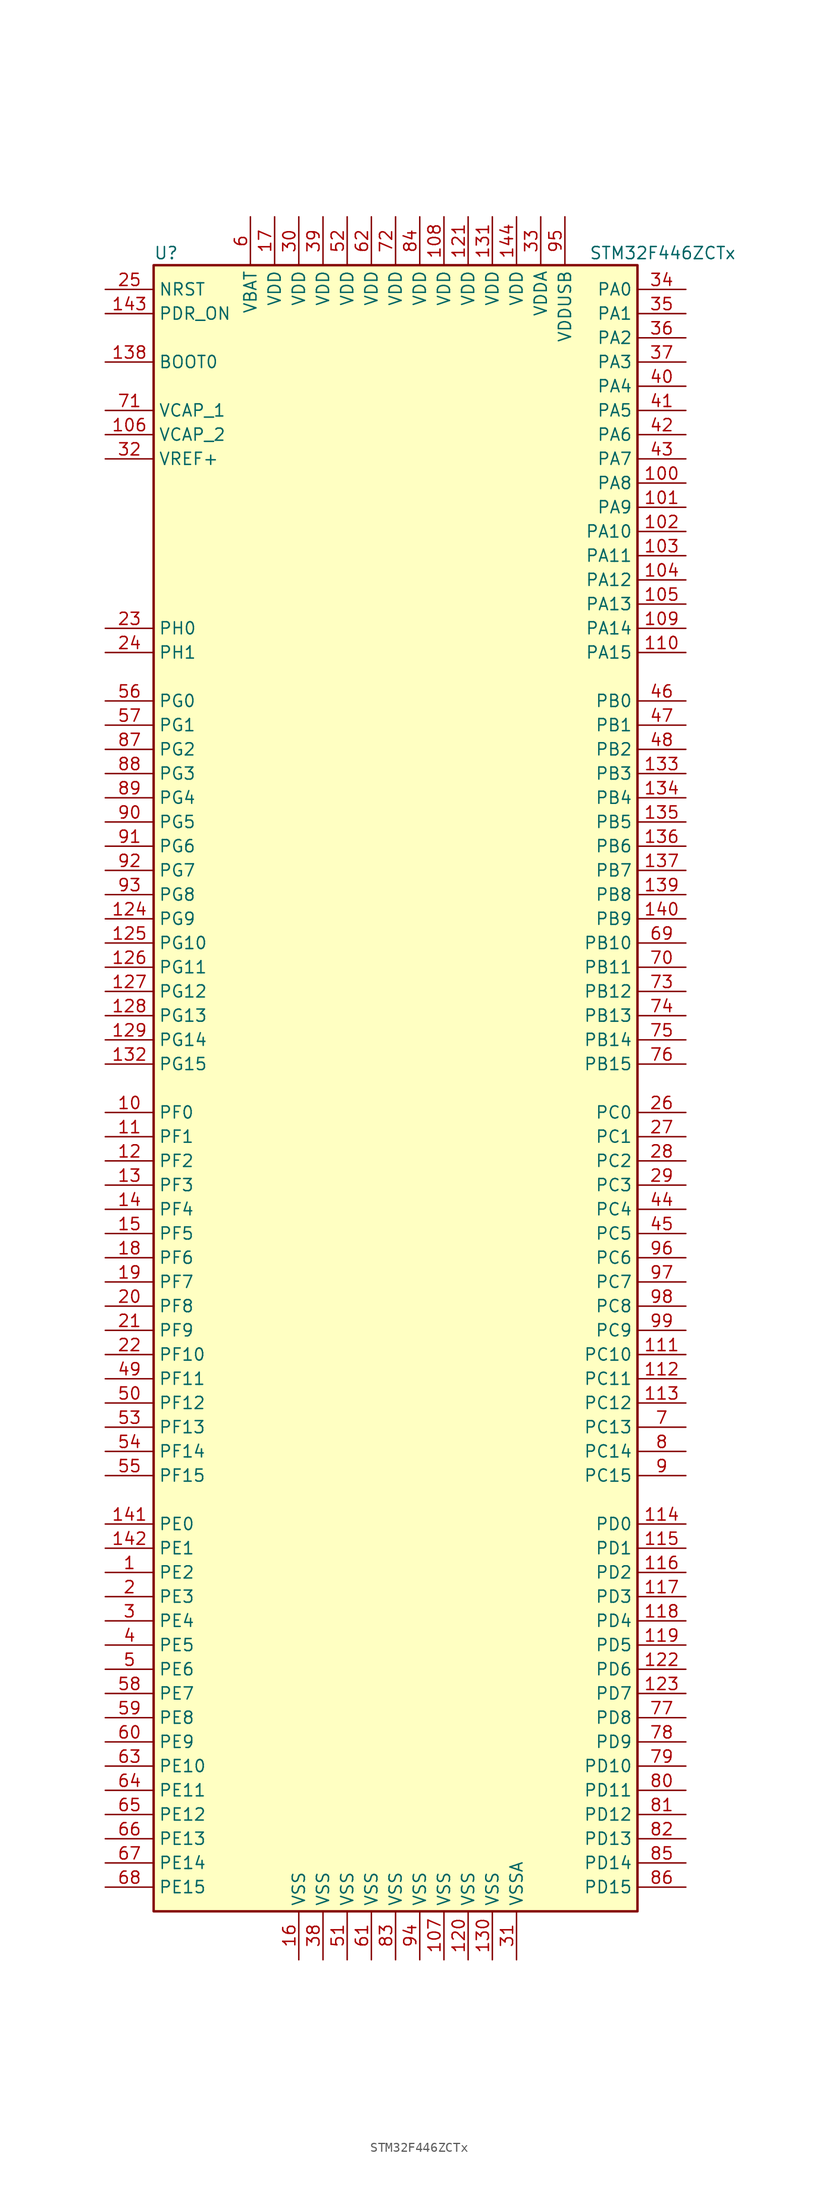
<source format=kicad_sym>
(kicad_symbol_lib
  (version 20220914)
  (generator kicad_symbol_editor)
  (symbol "STM32F446ZCTx"
    (property "Reference" "U"
      (at -25.4 87.63 0)
      (effects (font (size 1.27 1.27)) (justify left)))
    (property "Value" "STM32F446ZCTx"
      (at 20.32 87.63 0)
      (effects (font (size 1.27 1.27)) (justify left)))
    (symbol "STM32F446ZCTx_0_1"
      (rectangle (start -25.4 -86.36) (end 25.4 86.36) (stroke (width 0.254) (type default)) (fill (type background))))
    (symbol "STM32F446ZCTx_1_1"
      (pin bidirectional line (at -30.48 -50.8 0) (length 5.08) (name "PE2" (effects (font (size 1.27 1.27)))) (number "1" (effects (font (size 1.27 1.27)))))
      (pin bidirectional line (at -30.48 -2.54 0) (length 5.08) (name "PF0" (effects (font (size 1.27 1.27)))) (number "10" (effects (font (size 1.27 1.27)))))
      (pin bidirectional line (at 30.48 63.5 180) (length 5.08) (name "PA8" (effects (font (size 1.27 1.27)))) (number "100" (effects (font (size 1.27 1.27)))))
      (pin bidirectional line (at 30.48 60.96 180) (length 5.08) (name "PA9" (effects (font (size 1.27 1.27)))) (number "101" (effects (font (size 1.27 1.27)))))
      (pin bidirectional line (at 30.48 58.42 180) (length 5.08) (name "PA10" (effects (font (size 1.27 1.27)))) (number "102" (effects (font (size 1.27 1.27)))))
      (pin bidirectional line (at 30.48 55.88 180) (length 5.08) (name "PA11" (effects (font (size 1.27 1.27)))) (number "103" (effects (font (size 1.27 1.27)))))
      (pin bidirectional line (at 30.48 53.34 180) (length 5.08) (name "PA12" (effects (font (size 1.27 1.27)))) (number "104" (effects (font (size 1.27 1.27)))))
      (pin bidirectional line (at 30.48 50.8 180) (length 5.08) (name "PA13" (effects (font (size 1.27 1.27)))) (number "105" (effects (font (size 1.27 1.27)))))
      (pin power_in line (at -30.48 68.58 0) (length 5.08) (name "VCAP_2" (effects (font (size 1.27 1.27)))) (number "106" (effects (font (size 1.27 1.27)))))
      (pin power_in line (at 5.08 -91.44 90) (length 5.08) (name "VSS" (effects (font (size 1.27 1.27)))) (number "107" (effects (font (size 1.27 1.27)))))
      (pin power_in line (at 5.08 91.44 270) (length 5.08) (name "VDD" (effects (font (size 1.27 1.27)))) (number "108" (effects (font (size 1.27 1.27)))))
      (pin bidirectional line (at 30.48 48.26 180) (length 5.08) (name "PA14" (effects (font (size 1.27 1.27)))) (number "109" (effects (font (size 1.27 1.27)))))
      (pin bidirectional line (at -30.48 -5.08 0) (length 5.08) (name "PF1" (effects (font (size 1.27 1.27)))) (number "11" (effects (font (size 1.27 1.27)))))
      (pin bidirectional line (at 30.48 45.72 180) (length 5.08) (name "PA15" (effects (font (size 1.27 1.27)))) (number "110" (effects (font (size 1.27 1.27)))))
      (pin bidirectional line (at 30.48 -27.94 180) (length 5.08) (name "PC10" (effects (font (size 1.27 1.27)))) (number "111" (effects (font (size 1.27 1.27)))))
      (pin bidirectional line (at 30.48 -30.48 180) (length 5.08) (name "PC11" (effects (font (size 1.27 1.27)))) (number "112" (effects (font (size 1.27 1.27)))))
      (pin bidirectional line (at 30.48 -33.02 180) (length 5.08) (name "PC12" (effects (font (size 1.27 1.27)))) (number "113" (effects (font (size 1.27 1.27)))))
      (pin bidirectional line (at 30.48 -45.72 180) (length 5.08) (name "PD0" (effects (font (size 1.27 1.27)))) (number "114" (effects (font (size 1.27 1.27)))))
      (pin bidirectional line (at 30.48 -48.26 180) (length 5.08) (name "PD1" (effects (font (size 1.27 1.27)))) (number "115" (effects (font (size 1.27 1.27)))))
      (pin bidirectional line (at 30.48 -50.8 180) (length 5.08) (name "PD2" (effects (font (size 1.27 1.27)))) (number "116" (effects (font (size 1.27 1.27)))))
      (pin bidirectional line (at 30.48 -53.34 180) (length 5.08) (name "PD3" (effects (font (size 1.27 1.27)))) (number "117" (effects (font (size 1.27 1.27)))))
      (pin bidirectional line (at 30.48 -55.88 180) (length 5.08) (name "PD4" (effects (font (size 1.27 1.27)))) (number "118" (effects (font (size 1.27 1.27)))))
      (pin bidirectional line (at 30.48 -58.42 180) (length 5.08) (name "PD5" (effects (font (size 1.27 1.27)))) (number "119" (effects (font (size 1.27 1.27)))))
      (pin bidirectional line (at -30.48 -7.62 0) (length 5.08) (name "PF2" (effects (font (size 1.27 1.27)))) (number "12" (effects (font (size 1.27 1.27)))))
      (pin power_in line (at 7.62 -91.44 90) (length 5.08) (name "VSS" (effects (font (size 1.27 1.27)))) (number "120" (effects (font (size 1.27 1.27)))))
      (pin power_in line (at 7.62 91.44 270) (length 5.08) (name "VDD" (effects (font (size 1.27 1.27)))) (number "121" (effects (font (size 1.27 1.27)))))
      (pin bidirectional line (at 30.48 -60.96 180) (length 5.08) (name "PD6" (effects (font (size 1.27 1.27)))) (number "122" (effects (font (size 1.27 1.27)))))
      (pin bidirectional line (at 30.48 -63.5 180) (length 5.08) (name "PD7" (effects (font (size 1.27 1.27)))) (number "123" (effects (font (size 1.27 1.27)))))
      (pin bidirectional line (at -30.48 17.78 0) (length 5.08) (name "PG9" (effects (font (size 1.27 1.27)))) (number "124" (effects (font (size 1.27 1.27)))))
      (pin bidirectional line (at -30.48 15.24 0) (length 5.08) (name "PG10" (effects (font (size 1.27 1.27)))) (number "125" (effects (font (size 1.27 1.27)))))
      (pin bidirectional line (at -30.48 12.7 0) (length 5.08) (name "PG11" (effects (font (size 1.27 1.27)))) (number "126" (effects (font (size 1.27 1.27)))))
      (pin bidirectional line (at -30.48 10.16 0) (length 5.08) (name "PG12" (effects (font (size 1.27 1.27)))) (number "127" (effects (font (size 1.27 1.27)))))
      (pin bidirectional line (at -30.48 7.62 0) (length 5.08) (name "PG13" (effects (font (size 1.27 1.27)))) (number "128" (effects (font (size 1.27 1.27)))))
      (pin bidirectional line (at -30.48 5.08 0) (length 5.08) (name "PG14" (effects (font (size 1.27 1.27)))) (number "129" (effects (font (size 1.27 1.27)))))
      (pin bidirectional line (at -30.48 -10.16 0) (length 5.08) (name "PF3" (effects (font (size 1.27 1.27)))) (number "13" (effects (font (size 1.27 1.27)))))
      (pin power_in line (at 10.16 -91.44 90) (length 5.08) (name "VSS" (effects (font (size 1.27 1.27)))) (number "130" (effects (font (size 1.27 1.27)))))
      (pin power_in line (at 10.16 91.44 270) (length 5.08) (name "VDD" (effects (font (size 1.27 1.27)))) (number "131" (effects (font (size 1.27 1.27)))))
      (pin bidirectional line (at -30.48 2.54 0) (length 5.08) (name "PG15" (effects (font (size 1.27 1.27)))) (number "132" (effects (font (size 1.27 1.27)))))
      (pin bidirectional line (at 30.48 33.02 180) (length 5.08) (name "PB3" (effects (font (size 1.27 1.27)))) (number "133" (effects (font (size 1.27 1.27)))))
      (pin bidirectional line (at 30.48 30.48 180) (length 5.08) (name "PB4" (effects (font (size 1.27 1.27)))) (number "134" (effects (font (size 1.27 1.27)))))
      (pin bidirectional line (at 30.48 27.94 180) (length 5.08) (name "PB5" (effects (font (size 1.27 1.27)))) (number "135" (effects (font (size 1.27 1.27)))))
      (pin bidirectional line (at 30.48 25.4 180) (length 5.08) (name "PB6" (effects (font (size 1.27 1.27)))) (number "136" (effects (font (size 1.27 1.27)))))
      (pin bidirectional line (at 30.48 22.86 180) (length 5.08) (name "PB7" (effects (font (size 1.27 1.27)))) (number "137" (effects (font (size 1.27 1.27)))))
      (pin input line (at -30.48 76.2 0) (length 5.08) (name "BOOT0" (effects (font (size 1.27 1.27)))) (number "138" (effects (font (size 1.27 1.27)))))
      (pin bidirectional line (at 30.48 20.32 180) (length 5.08) (name "PB8" (effects (font (size 1.27 1.27)))) (number "139" (effects (font (size 1.27 1.27)))))
      (pin bidirectional line (at -30.48 -12.7 0) (length 5.08) (name "PF4" (effects (font (size 1.27 1.27)))) (number "14" (effects (font (size 1.27 1.27)))))
      (pin bidirectional line (at 30.48 17.78 180) (length 5.08) (name "PB9" (effects (font (size 1.27 1.27)))) (number "140" (effects (font (size 1.27 1.27)))))
      (pin bidirectional line (at -30.48 -45.72 0) (length 5.08) (name "PE0" (effects (font (size 1.27 1.27)))) (number "141" (effects (font (size 1.27 1.27)))))
      (pin bidirectional line (at -30.48 -48.26 0) (length 5.08) (name "PE1" (effects (font (size 1.27 1.27)))) (number "142" (effects (font (size 1.27 1.27)))))
      (pin input line (at -30.48 81.28 0) (length 5.08) (name "PDR_ON" (effects (font (size 1.27 1.27)))) (number "143" (effects (font (size 1.27 1.27)))))
      (pin power_in line (at 12.7 91.44 270) (length 5.08) (name "VDD" (effects (font (size 1.27 1.27)))) (number "144" (effects (font (size 1.27 1.27)))))
      (pin bidirectional line (at -30.48 -15.24 0) (length 5.08) (name "PF5" (effects (font (size 1.27 1.27)))) (number "15" (effects (font (size 1.27 1.27)))))
      (pin power_in line (at -10.16 -91.44 90) (length 5.08) (name "VSS" (effects (font (size 1.27 1.27)))) (number "16" (effects (font (size 1.27 1.27)))))
      (pin power_in line (at -12.7 91.44 270) (length 5.08) (name "VDD" (effects (font (size 1.27 1.27)))) (number "17" (effects (font (size 1.27 1.27)))))
      (pin bidirectional line (at -30.48 -17.78 0) (length 5.08) (name "PF6" (effects (font (size 1.27 1.27)))) (number "18" (effects (font (size 1.27 1.27)))))
      (pin bidirectional line (at -30.48 -20.32 0) (length 5.08) (name "PF7" (effects (font (size 1.27 1.27)))) (number "19" (effects (font (size 1.27 1.27)))))
      (pin bidirectional line (at -30.48 -53.34 0) (length 5.08) (name "PE3" (effects (font (size 1.27 1.27)))) (number "2" (effects (font (size 1.27 1.27)))))
      (pin bidirectional line (at -30.48 -22.86 0) (length 5.08) (name "PF8" (effects (font (size 1.27 1.27)))) (number "20" (effects (font (size 1.27 1.27)))))
      (pin bidirectional line (at -30.48 -25.4 0) (length 5.08) (name "PF9" (effects (font (size 1.27 1.27)))) (number "21" (effects (font (size 1.27 1.27)))))
      (pin bidirectional line (at -30.48 -27.94 0) (length 5.08) (name "PF10" (effects (font (size 1.27 1.27)))) (number "22" (effects (font (size 1.27 1.27)))))
      (pin input line (at -30.48 48.26 0) (length 5.08) (name "PH0" (effects (font (size 1.27 1.27)))) (number "23" (effects (font (size 1.27 1.27)))))
      (pin input line (at -30.48 45.72 0) (length 5.08) (name "PH1" (effects (font (size 1.27 1.27)))) (number "24" (effects (font (size 1.27 1.27)))))
      (pin input line (at -30.48 83.82 0) (length 5.08) (name "NRST" (effects (font (size 1.27 1.27)))) (number "25" (effects (font (size 1.27 1.27)))))
      (pin bidirectional line (at 30.48 -2.54 180) (length 5.08) (name "PC0" (effects (font (size 1.27 1.27)))) (number "26" (effects (font (size 1.27 1.27)))))
      (pin bidirectional line (at 30.48 -5.08 180) (length 5.08) (name "PC1" (effects (font (size 1.27 1.27)))) (number "27" (effects (font (size 1.27 1.27)))))
      (pin bidirectional line (at 30.48 -7.62 180) (length 5.08) (name "PC2" (effects (font (size 1.27 1.27)))) (number "28" (effects (font (size 1.27 1.27)))))
      (pin bidirectional line (at 30.48 -10.16 180) (length 5.08) (name "PC3" (effects (font (size 1.27 1.27)))) (number "29" (effects (font (size 1.27 1.27)))))
      (pin bidirectional line (at -30.48 -55.88 0) (length 5.08) (name "PE4" (effects (font (size 1.27 1.27)))) (number "3" (effects (font (size 1.27 1.27)))))
      (pin power_in line (at -10.16 91.44 270) (length 5.08) (name "VDD" (effects (font (size 1.27 1.27)))) (number "30" (effects (font (size 1.27 1.27)))))
      (pin power_in line (at 12.7 -91.44 90) (length 5.08) (name "VSSA" (effects (font (size 1.27 1.27)))) (number "31" (effects (font (size 1.27 1.27)))))
      (pin power_in line (at -30.48 66.04 0) (length 5.08) (name "VREF+" (effects (font (size 1.27 1.27)))) (number "32" (effects (font (size 1.27 1.27)))))
      (pin power_in line (at 15.24 91.44 270) (length 5.08) (name "VDDA" (effects (font (size 1.27 1.27)))) (number "33" (effects (font (size 1.27 1.27)))))
      (pin bidirectional line (at 30.48 83.82 180) (length 5.08) (name "PA0" (effects (font (size 1.27 1.27)))) (number "34" (effects (font (size 1.27 1.27)))))
      (pin bidirectional line (at 30.48 81.28 180) (length 5.08) (name "PA1" (effects (font (size 1.27 1.27)))) (number "35" (effects (font (size 1.27 1.27)))))
      (pin bidirectional line (at 30.48 78.74 180) (length 5.08) (name "PA2" (effects (font (size 1.27 1.27)))) (number "36" (effects (font (size 1.27 1.27)))))
      (pin bidirectional line (at 30.48 76.2 180) (length 5.08) (name "PA3" (effects (font (size 1.27 1.27)))) (number "37" (effects (font (size 1.27 1.27)))))
      (pin power_in line (at -7.62 -91.44 90) (length 5.08) (name "VSS" (effects (font (size 1.27 1.27)))) (number "38" (effects (font (size 1.27 1.27)))))
      (pin power_in line (at -7.62 91.44 270) (length 5.08) (name "VDD" (effects (font (size 1.27 1.27)))) (number "39" (effects (font (size 1.27 1.27)))))
      (pin bidirectional line (at -30.48 -58.42 0) (length 5.08) (name "PE5" (effects (font (size 1.27 1.27)))) (number "4" (effects (font (size 1.27 1.27)))))
      (pin bidirectional line (at 30.48 73.66 180) (length 5.08) (name "PA4" (effects (font (size 1.27 1.27)))) (number "40" (effects (font (size 1.27 1.27)))))
      (pin bidirectional line (at 30.48 71.12 180) (length 5.08) (name "PA5" (effects (font (size 1.27 1.27)))) (number "41" (effects (font (size 1.27 1.27)))))
      (pin bidirectional line (at 30.48 68.58 180) (length 5.08) (name "PA6" (effects (font (size 1.27 1.27)))) (number "42" (effects (font (size 1.27 1.27)))))
      (pin bidirectional line (at 30.48 66.04 180) (length 5.08) (name "PA7" (effects (font (size 1.27 1.27)))) (number "43" (effects (font (size 1.27 1.27)))))
      (pin bidirectional line (at 30.48 -12.7 180) (length 5.08) (name "PC4" (effects (font (size 1.27 1.27)))) (number "44" (effects (font (size 1.27 1.27)))))
      (pin bidirectional line (at 30.48 -15.24 180) (length 5.08) (name "PC5" (effects (font (size 1.27 1.27)))) (number "45" (effects (font (size 1.27 1.27)))))
      (pin bidirectional line (at 30.48 40.64 180) (length 5.08) (name "PB0" (effects (font (size 1.27 1.27)))) (number "46" (effects (font (size 1.27 1.27)))))
      (pin bidirectional line (at 30.48 38.1 180) (length 5.08) (name "PB1" (effects (font (size 1.27 1.27)))) (number "47" (effects (font (size 1.27 1.27)))))
      (pin bidirectional line (at 30.48 35.56 180) (length 5.08) (name "PB2" (effects (font (size 1.27 1.27)))) (number "48" (effects (font (size 1.27 1.27)))))
      (pin bidirectional line (at -30.48 -30.48 0) (length 5.08) (name "PF11" (effects (font (size 1.27 1.27)))) (number "49" (effects (font (size 1.27 1.27)))))
      (pin bidirectional line (at -30.48 -60.96 0) (length 5.08) (name "PE6" (effects (font (size 1.27 1.27)))) (number "5" (effects (font (size 1.27 1.27)))))
      (pin bidirectional line (at -30.48 -33.02 0) (length 5.08) (name "PF12" (effects (font (size 1.27 1.27)))) (number "50" (effects (font (size 1.27 1.27)))))
      (pin power_in line (at -5.08 -91.44 90) (length 5.08) (name "VSS" (effects (font (size 1.27 1.27)))) (number "51" (effects (font (size 1.27 1.27)))))
      (pin power_in line (at -5.08 91.44 270) (length 5.08) (name "VDD" (effects (font (size 1.27 1.27)))) (number "52" (effects (font (size 1.27 1.27)))))
      (pin bidirectional line (at -30.48 -35.56 0) (length 5.08) (name "PF13" (effects (font (size 1.27 1.27)))) (number "53" (effects (font (size 1.27 1.27)))))
      (pin bidirectional line (at -30.48 -38.1 0) (length 5.08) (name "PF14" (effects (font (size 1.27 1.27)))) (number "54" (effects (font (size 1.27 1.27)))))
      (pin bidirectional line (at -30.48 -40.64 0) (length 5.08) (name "PF15" (effects (font (size 1.27 1.27)))) (number "55" (effects (font (size 1.27 1.27)))))
      (pin bidirectional line (at -30.48 40.64 0) (length 5.08) (name "PG0" (effects (font (size 1.27 1.27)))) (number "56" (effects (font (size 1.27 1.27)))))
      (pin bidirectional line (at -30.48 38.1 0) (length 5.08) (name "PG1" (effects (font (size 1.27 1.27)))) (number "57" (effects (font (size 1.27 1.27)))))
      (pin bidirectional line (at -30.48 -63.5 0) (length 5.08) (name "PE7" (effects (font (size 1.27 1.27)))) (number "58" (effects (font (size 1.27 1.27)))))
      (pin bidirectional line (at -30.48 -66.04 0) (length 5.08) (name "PE8" (effects (font (size 1.27 1.27)))) (number "59" (effects (font (size 1.27 1.27)))))
      (pin power_in line (at -15.24 91.44 270) (length 5.08) (name "VBAT" (effects (font (size 1.27 1.27)))) (number "6" (effects (font (size 1.27 1.27)))))
      (pin bidirectional line (at -30.48 -68.58 0) (length 5.08) (name "PE9" (effects (font (size 1.27 1.27)))) (number "60" (effects (font (size 1.27 1.27)))))
      (pin power_in line (at -2.54 -91.44 90) (length 5.08) (name "VSS" (effects (font (size 1.27 1.27)))) (number "61" (effects (font (size 1.27 1.27)))))
      (pin power_in line (at -2.54 91.44 270) (length 5.08) (name "VDD" (effects (font (size 1.27 1.27)))) (number "62" (effects (font (size 1.27 1.27)))))
      (pin bidirectional line (at -30.48 -71.12 0) (length 5.08) (name "PE10" (effects (font (size 1.27 1.27)))) (number "63" (effects (font (size 1.27 1.27)))))
      (pin bidirectional line (at -30.48 -73.66 0) (length 5.08) (name "PE11" (effects (font (size 1.27 1.27)))) (number "64" (effects (font (size 1.27 1.27)))))
      (pin bidirectional line (at -30.48 -76.2 0) (length 5.08) (name "PE12" (effects (font (size 1.27 1.27)))) (number "65" (effects (font (size 1.27 1.27)))))
      (pin bidirectional line (at -30.48 -78.74 0) (length 5.08) (name "PE13" (effects (font (size 1.27 1.27)))) (number "66" (effects (font (size 1.27 1.27)))))
      (pin bidirectional line (at -30.48 -81.28 0) (length 5.08) (name "PE14" (effects (font (size 1.27 1.27)))) (number "67" (effects (font (size 1.27 1.27)))))
      (pin bidirectional line (at -30.48 -83.82 0) (length 5.08) (name "PE15" (effects (font (size 1.27 1.27)))) (number "68" (effects (font (size 1.27 1.27)))))
      (pin bidirectional line (at 30.48 15.24 180) (length 5.08) (name "PB10" (effects (font (size 1.27 1.27)))) (number "69" (effects (font (size 1.27 1.27)))))
      (pin bidirectional line (at 30.48 -35.56 180) (length 5.08) (name "PC13" (effects (font (size 1.27 1.27)))) (number "7" (effects (font (size 1.27 1.27)))))
      (pin bidirectional line (at 30.48 12.7 180) (length 5.08) (name "PB11" (effects (font (size 1.27 1.27)))) (number "70" (effects (font (size 1.27 1.27)))))
      (pin power_in line (at -30.48 71.12 0) (length 5.08) (name "VCAP_1" (effects (font (size 1.27 1.27)))) (number "71" (effects (font (size 1.27 1.27)))))
      (pin power_in line (at 0 91.44 270) (length 5.08) (name "VDD" (effects (font (size 1.27 1.27)))) (number "72" (effects (font (size 1.27 1.27)))))
      (pin bidirectional line (at 30.48 10.16 180) (length 5.08) (name "PB12" (effects (font (size 1.27 1.27)))) (number "73" (effects (font (size 1.27 1.27)))))
      (pin bidirectional line (at 30.48 7.62 180) (length 5.08) (name "PB13" (effects (font (size 1.27 1.27)))) (number "74" (effects (font (size 1.27 1.27)))))
      (pin bidirectional line (at 30.48 5.08 180) (length 5.08) (name "PB14" (effects (font (size 1.27 1.27)))) (number "75" (effects (font (size 1.27 1.27)))))
      (pin bidirectional line (at 30.48 2.54 180) (length 5.08) (name "PB15" (effects (font (size 1.27 1.27)))) (number "76" (effects (font (size 1.27 1.27)))))
      (pin bidirectional line (at 30.48 -66.04 180) (length 5.08) (name "PD8" (effects (font (size 1.27 1.27)))) (number "77" (effects (font (size 1.27 1.27)))))
      (pin bidirectional line (at 30.48 -68.58 180) (length 5.08) (name "PD9" (effects (font (size 1.27 1.27)))) (number "78" (effects (font (size 1.27 1.27)))))
      (pin bidirectional line (at 30.48 -71.12 180) (length 5.08) (name "PD10" (effects (font (size 1.27 1.27)))) (number "79" (effects (font (size 1.27 1.27)))))
      (pin bidirectional line (at 30.48 -38.1 180) (length 5.08) (name "PC14" (effects (font (size 1.27 1.27)))) (number "8" (effects (font (size 1.27 1.27)))))
      (pin bidirectional line (at 30.48 -73.66 180) (length 5.08) (name "PD11" (effects (font (size 1.27 1.27)))) (number "80" (effects (font (size 1.27 1.27)))))
      (pin bidirectional line (at 30.48 -76.2 180) (length 5.08) (name "PD12" (effects (font (size 1.27 1.27)))) (number "81" (effects (font (size 1.27 1.27)))))
      (pin bidirectional line (at 30.48 -78.74 180) (length 5.08) (name "PD13" (effects (font (size 1.27 1.27)))) (number "82" (effects (font (size 1.27 1.27)))))
      (pin power_in line (at 0 -91.44 90) (length 5.08) (name "VSS" (effects (font (size 1.27 1.27)))) (number "83" (effects (font (size 1.27 1.27)))))
      (pin power_in line (at 2.54 91.44 270) (length 5.08) (name "VDD" (effects (font (size 1.27 1.27)))) (number "84" (effects (font (size 1.27 1.27)))))
      (pin bidirectional line (at 30.48 -81.28 180) (length 5.08) (name "PD14" (effects (font (size 1.27 1.27)))) (number "85" (effects (font (size 1.27 1.27)))))
      (pin bidirectional line (at 30.48 -83.82 180) (length 5.08) (name "PD15" (effects (font (size 1.27 1.27)))) (number "86" (effects (font (size 1.27 1.27)))))
      (pin bidirectional line (at -30.48 35.56 0) (length 5.08) (name "PG2" (effects (font (size 1.27 1.27)))) (number "87" (effects (font (size 1.27 1.27)))))
      (pin bidirectional line (at -30.48 33.02 0) (length 5.08) (name "PG3" (effects (font (size 1.27 1.27)))) (number "88" (effects (font (size 1.27 1.27)))))
      (pin bidirectional line (at -30.48 30.48 0) (length 5.08) (name "PG4" (effects (font (size 1.27 1.27)))) (number "89" (effects (font (size 1.27 1.27)))))
      (pin bidirectional line (at 30.48 -40.64 180) (length 5.08) (name "PC15" (effects (font (size 1.27 1.27)))) (number "9" (effects (font (size 1.27 1.27)))))
      (pin bidirectional line (at -30.48 27.94 0) (length 5.08) (name "PG5" (effects (font (size 1.27 1.27)))) (number "90" (effects (font (size 1.27 1.27)))))
      (pin bidirectional line (at -30.48 25.4 0) (length 5.08) (name "PG6" (effects (font (size 1.27 1.27)))) (number "91" (effects (font (size 1.27 1.27)))))
      (pin bidirectional line (at -30.48 22.86 0) (length 5.08) (name "PG7" (effects (font (size 1.27 1.27)))) (number "92" (effects (font (size 1.27 1.27)))))
      (pin bidirectional line (at -30.48 20.32 0) (length 5.08) (name "PG8" (effects (font (size 1.27 1.27)))) (number "93" (effects (font (size 1.27 1.27)))))
      (pin power_in line (at 2.54 -91.44 90) (length 5.08) (name "VSS" (effects (font (size 1.27 1.27)))) (number "94" (effects (font (size 1.27 1.27)))))
      (pin power_in line (at 17.78 91.44 270) (length 5.08) (name "VDDUSB" (effects (font (size 1.27 1.27)))) (number "95" (effects (font (size 1.27 1.27)))))
      (pin bidirectional line (at 30.48 -17.78 180) (length 5.08) (name "PC6" (effects (font (size 1.27 1.27)))) (number "96" (effects (font (size 1.27 1.27)))))
      (pin bidirectional line (at 30.48 -20.32 180) (length 5.08) (name "PC7" (effects (font (size 1.27 1.27)))) (number "97" (effects (font (size 1.27 1.27)))))
      (pin bidirectional line (at 30.48 -22.86 180) (length 5.08) (name "PC8" (effects (font (size 1.27 1.27)))) (number "98" (effects (font (size 1.27 1.27)))))
      (pin bidirectional line (at 30.48 -25.4 180) (length 5.08) (name "PC9" (effects (font (size 1.27 1.27)))) (number "99" (effects (font (size 1.27 1.27))))))))
</source>
